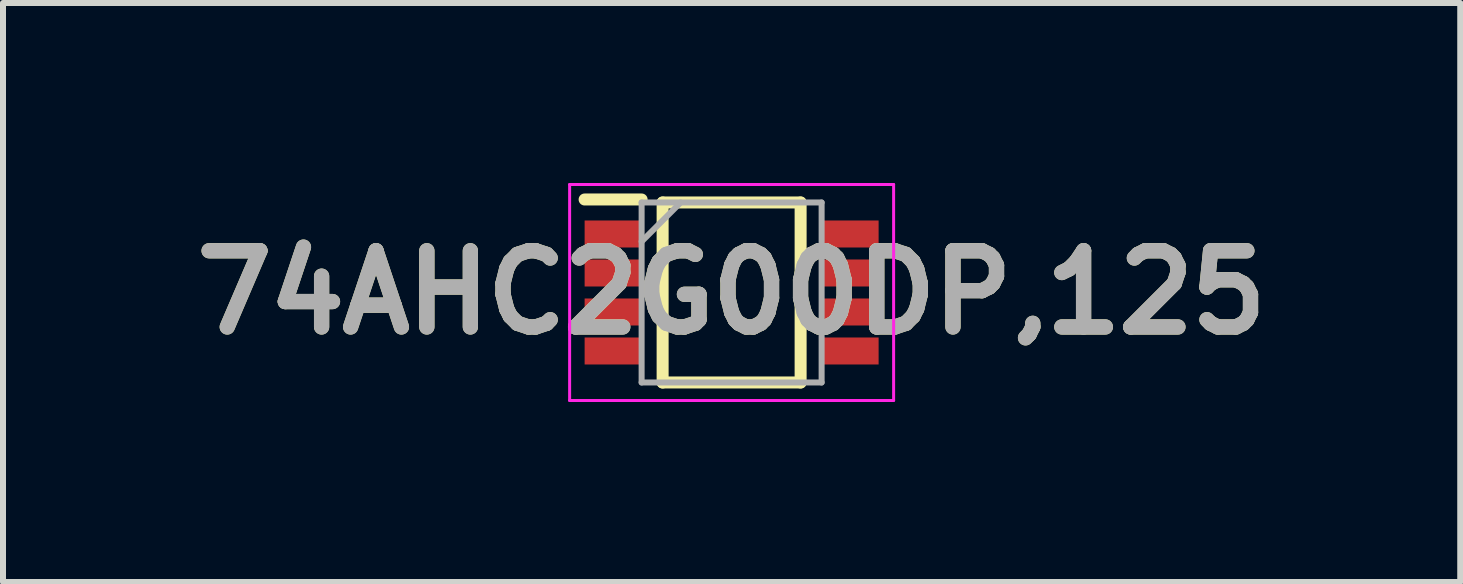
<source format=kicad_pcb>
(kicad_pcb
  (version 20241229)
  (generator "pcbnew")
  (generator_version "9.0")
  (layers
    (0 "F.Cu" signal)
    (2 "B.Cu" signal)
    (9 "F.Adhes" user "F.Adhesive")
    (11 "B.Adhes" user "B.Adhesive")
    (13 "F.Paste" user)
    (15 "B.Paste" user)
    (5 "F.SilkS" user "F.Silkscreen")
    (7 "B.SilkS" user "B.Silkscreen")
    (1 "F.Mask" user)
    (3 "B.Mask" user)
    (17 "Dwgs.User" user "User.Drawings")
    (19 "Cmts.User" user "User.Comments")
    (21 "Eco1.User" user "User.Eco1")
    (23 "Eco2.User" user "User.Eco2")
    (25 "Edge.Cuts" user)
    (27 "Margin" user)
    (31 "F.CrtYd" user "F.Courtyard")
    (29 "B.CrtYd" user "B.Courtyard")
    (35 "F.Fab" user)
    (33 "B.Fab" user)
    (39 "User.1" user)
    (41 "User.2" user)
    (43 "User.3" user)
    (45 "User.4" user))
  (footprint "74AHC2G00DP,125"
    (layer "F.Cu")
    (at 9.144 1.825)
    (property "Reference" "74AHC2G00DP,125" (at 0 0 0) (layer "F.SilkS") (effects (font (size 1.27 1.27) (thickness 0.254))))
    (attr smd)
    (fp_line (start -2.45 -1.55) (end -1.5 -1.55) (stroke (width 0.2) (type solid)) (layer "F.SilkS"))
    (fp_line (start -1.15 -1.5) (end 1.15 -1.5) (stroke (width 0.2) (type solid)) (layer "F.SilkS"))
    (fp_line (start -1.15 1.5) (end -1.15 -1.5) (stroke (width 0.2) (type solid)) (layer "F.SilkS"))
    (fp_line (start 1.15 -1.5) (end 1.15 1.5) (stroke (width 0.2) (type solid)) (layer "F.SilkS"))
    (fp_line (start 1.15 1.5) (end -1.15 1.5) (stroke (width 0.2) (type solid)) (layer "F.SilkS"))
    (fp_line (start -2.7 -1.8) (end 2.7 -1.8) (stroke (width 0.05) (type solid)) (layer "F.CrtYd"))
    (fp_line (start -2.7 1.8) (end -2.7 -1.8) (stroke (width 0.05) (type solid)) (layer "F.CrtYd"))
    (fp_line (start 2.7 -1.8) (end 2.7 1.8) (stroke (width 0.05) (type solid)) (layer "F.CrtYd"))
    (fp_line (start 2.7 1.8) (end -2.7 1.8) (stroke (width 0.05) (type solid)) (layer "F.CrtYd"))
    (fp_line (start -1.5 -1.5) (end 1.5 -1.5) (stroke (width 0.1) (type solid)) (layer "F.Fab"))
    (fp_line (start -1.5 -0.85) (end -0.85 -1.5) (stroke (width 0.1) (type solid)) (layer "F.Fab"))
    (fp_line (start -1.5 1.5) (end -1.5 -1.5) (stroke (width 0.1) (type solid)) (layer "F.Fab"))
    (fp_line (start 1.5 -1.5) (end 1.5 1.5) (stroke (width 0.1) (type solid)) (layer "F.Fab"))
    (fp_line (start 1.5 1.5) (end -1.5 1.5) (stroke (width 0.1) (type solid)) (layer "F.Fab"))
    (fp_text user "${REFERENCE}" (at 0 0 0) (layer "F.Fab") (effects (font (size 1.27 1.27) (thickness 0.254))))
    (pad "1" smd rect (at -1.975 -0.975 90) (size 0.45 0.95) (layers "F.Cu" "F.Mask" "F.Paste"))
    (pad "2" smd rect (at -1.975 -0.325 90) (size 0.45 0.95) (layers "F.Cu" "F.Mask" "F.Paste"))
    (pad "3" smd rect (at -1.975 0.325 90) (size 0.45 0.95) (layers "F.Cu" "F.Mask" "F.Paste"))
    (pad "4" smd rect (at -1.975 0.975 90) (size 0.45 0.95) (layers "F.Cu" "F.Mask" "F.Paste"))
    (pad "5" smd rect (at 1.975 0.975 90) (size 0.45 0.95) (layers "F.Cu" "F.Mask" "F.Paste"))
    (pad "6" smd rect (at 1.975 0.325 90) (size 0.45 0.95) (layers "F.Cu" "F.Mask" "F.Paste"))
    (pad "7" smd rect (at 1.975 -0.325 90) (size 0.45 0.95) (layers "F.Cu" "F.Mask" "F.Paste"))
    (pad "8" smd rect (at 1.975 -0.975 90) (size 0.45 0.95) (layers "F.Cu" "F.Mask" "F.Paste")))
  (gr_rect
    (start -3 -3)
    (end 21.288 6.65)
    (stroke (width 0.1) (type default))
    (fill no)
    (layer "Edge.Cuts")))
</source>
